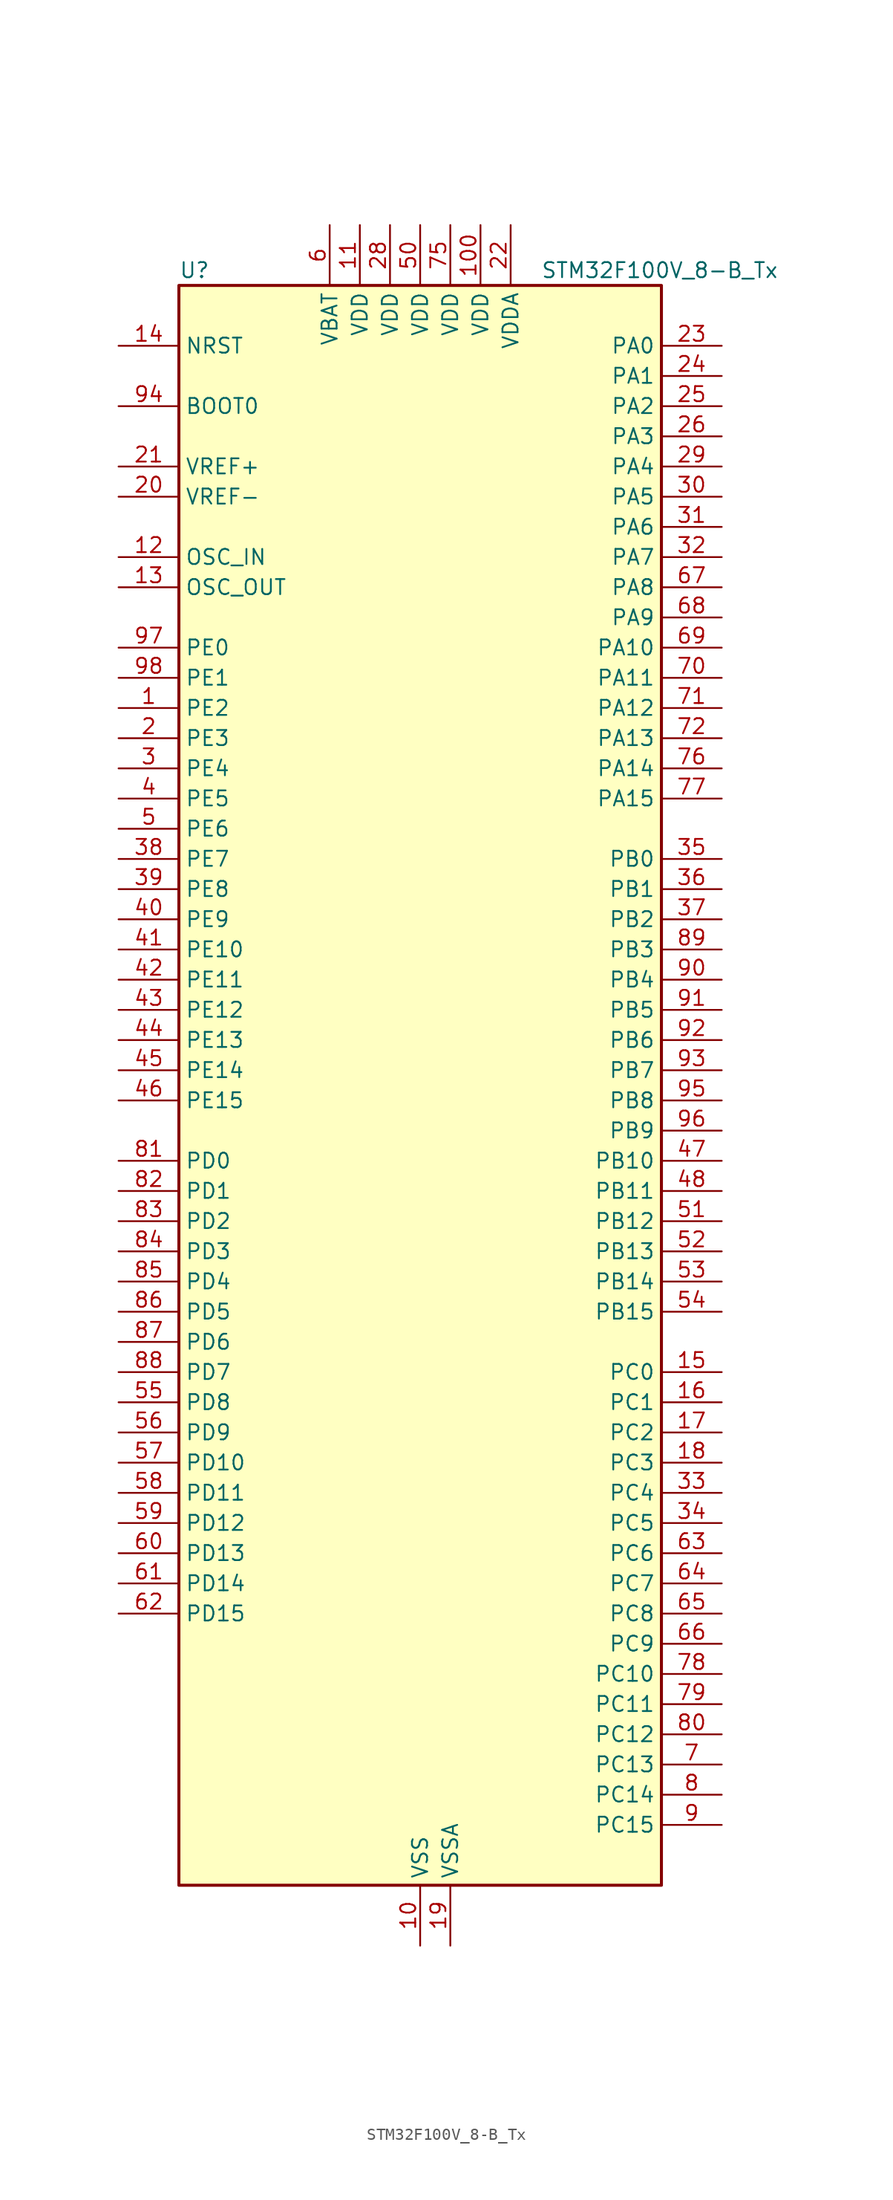
<source format=kicad_sym>
(kicad_symbol_lib
  (version 20241209)
  (generator "kicad_symbol_editor")
  (generator_version "9.0")
  (symbol "STM32F100V_8-B_Tx"
    (property "Reference" "U"
      (at -20.32 69.85 0)
      (effects (font (size 1.27 1.27)) (justify left)))
    (property "Value" "STM32F100V_8-B_Tx"
      (at 10.16 69.85 0)
      (effects (font (size 1.27 1.27)) (justify left)))
    (symbol "STM32F100V_8-B_Tx_0_1"
      (rectangle (start -20.32 -66.04) (end 20.32 68.58) (stroke (width 0.254) (type default)) (fill (type background))))
    (symbol "STM32F100V_8-B_Tx_1_1"
      (pin input line (at -25.4 63.5 0) (length 5.08) (name "NRST" (effects (font (size 1.27 1.27)))) (number "14" (effects (font (size 1.27 1.27)))))
      (pin input line (at -25.4 58.42 0) (length 5.08) (name "BOOT0" (effects (font (size 1.27 1.27)))) (number "94" (effects (font (size 1.27 1.27)))))
      (pin input line (at -25.4 53.34 0) (length 5.08) (name "VREF+" (effects (font (size 1.27 1.27)))) (number "21" (effects (font (size 1.27 1.27)))))
      (pin input line (at -25.4 50.8 0) (length 5.08) (name "VREF-" (effects (font (size 1.27 1.27)))) (number "20" (effects (font (size 1.27 1.27)))))
      (pin input line (at -25.4 45.72 0) (length 5.08) (name "OSC_IN" (effects (font (size 1.27 1.27)))) (number "12" (effects (font (size 1.27 1.27)))) (alternate "RCC_OSC_IN" bidirectional line))
      (pin input line (at -25.4 43.18 0) (length 5.08) (name "OSC_OUT" (effects (font (size 1.27 1.27)))) (number "13" (effects (font (size 1.27 1.27)))) (alternate "RCC_OSC_OUT" bidirectional line))
      (pin bidirectional line (at -25.4 38.1 0) (length 5.08) (name "PE0" (effects (font (size 1.27 1.27)))) (number "97" (effects (font (size 1.27 1.27)))) (alternate "TIM4_ETR" bidirectional line))
      (pin bidirectional line (at -25.4 35.56 0) (length 5.08) (name "PE1" (effects (font (size 1.27 1.27)))) (number "98" (effects (font (size 1.27 1.27)))))
      (pin bidirectional line (at -25.4 33.02 0) (length 5.08) (name "PE2" (effects (font (size 1.27 1.27)))) (number "1" (effects (font (size 1.27 1.27)))) (alternate "SYS_TRACECLK" bidirectional line))
      (pin bidirectional line (at -25.4 30.48 0) (length 5.08) (name "PE3" (effects (font (size 1.27 1.27)))) (number "2" (effects (font (size 1.27 1.27)))) (alternate "SYS_TRACED0" bidirectional line))
      (pin bidirectional line (at -25.4 27.94 0) (length 5.08) (name "PE4" (effects (font (size 1.27 1.27)))) (number "3" (effects (font (size 1.27 1.27)))) (alternate "SYS_TRACED1" bidirectional line))
      (pin bidirectional line (at -25.4 25.4 0) (length 5.08) (name "PE5" (effects (font (size 1.27 1.27)))) (number "4" (effects (font (size 1.27 1.27)))) (alternate "SYS_TRACED2" bidirectional line))
      (pin bidirectional line (at -25.4 22.86 0) (length 5.08) (name "PE6" (effects (font (size 1.27 1.27)))) (number "5" (effects (font (size 1.27 1.27)))) (alternate "SYS_TRACED3" bidirectional line))
      (pin bidirectional line (at -25.4 20.32 0) (length 5.08) (name "PE7" (effects (font (size 1.27 1.27)))) (number "38" (effects (font (size 1.27 1.27)))) (alternate "TIM1_ETR" bidirectional line))
      (pin bidirectional line (at -25.4 17.78 0) (length 5.08) (name "PE8" (effects (font (size 1.27 1.27)))) (number "39" (effects (font (size 1.27 1.27)))) (alternate "TIM1_CH1N" bidirectional line))
      (pin bidirectional line (at -25.4 15.24 0) (length 5.08) (name "PE9" (effects (font (size 1.27 1.27)))) (number "40" (effects (font (size 1.27 1.27)))) (alternate "DAC_EXTI9" bidirectional line) (alternate "TIM1_CH1" bidirectional line))
      (pin bidirectional line (at -25.4 12.7 0) (length 5.08) (name "PE10" (effects (font (size 1.27 1.27)))) (number "41" (effects (font (size 1.27 1.27)))) (alternate "TIM1_CH2N" bidirectional line))
      (pin bidirectional line (at -25.4 10.16 0) (length 5.08) (name "PE11" (effects (font (size 1.27 1.27)))) (number "42" (effects (font (size 1.27 1.27)))) (alternate "ADC1_EXTI11" bidirectional line) (alternate "TIM1_CH2" bidirectional line))
      (pin bidirectional line (at -25.4 7.62 0) (length 5.08) (name "PE12" (effects (font (size 1.27 1.27)))) (number "43" (effects (font (size 1.27 1.27)))) (alternate "TIM1_CH3N" bidirectional line))
      (pin bidirectional line (at -25.4 5.08 0) (length 5.08) (name "PE13" (effects (font (size 1.27 1.27)))) (number "44" (effects (font (size 1.27 1.27)))) (alternate "TIM1_CH3" bidirectional line))
      (pin bidirectional line (at -25.4 2.54 0) (length 5.08) (name "PE14" (effects (font (size 1.27 1.27)))) (number "45" (effects (font (size 1.27 1.27)))) (alternate "TIM1_CH4" bidirectional line))
      (pin bidirectional line (at -25.4 0 0) (length 5.08) (name "PE15" (effects (font (size 1.27 1.27)))) (number "46" (effects (font (size 1.27 1.27)))) (alternate "ADC1_EXTI15" bidirectional line) (alternate "TIM1_BKIN" bidirectional line))
      (pin bidirectional line (at -25.4 -5.08 0) (length 5.08) (name "PD0" (effects (font (size 1.27 1.27)))) (number "81" (effects (font (size 1.27 1.27)))))
      (pin bidirectional line (at -25.4 -7.62 0) (length 5.08) (name "PD1" (effects (font (size 1.27 1.27)))) (number "82" (effects (font (size 1.27 1.27)))))
      (pin bidirectional line (at -25.4 -10.16 0) (length 5.08) (name "PD2" (effects (font (size 1.27 1.27)))) (number "83" (effects (font (size 1.27 1.27)))) (alternate "TIM3_ETR" bidirectional line))
      (pin bidirectional line (at -25.4 -12.7 0) (length 5.08) (name "PD3" (effects (font (size 1.27 1.27)))) (number "84" (effects (font (size 1.27 1.27)))) (alternate "USART2_CTS" bidirectional line))
      (pin bidirectional line (at -25.4 -15.24 0) (length 5.08) (name "PD4" (effects (font (size 1.27 1.27)))) (number "85" (effects (font (size 1.27 1.27)))) (alternate "USART2_RTS" bidirectional line))
      (pin bidirectional line (at -25.4 -17.78 0) (length 5.08) (name "PD5" (effects (font (size 1.27 1.27)))) (number "86" (effects (font (size 1.27 1.27)))) (alternate "USART2_TX" bidirectional line))
      (pin bidirectional line (at -25.4 -20.32 0) (length 5.08) (name "PD6" (effects (font (size 1.27 1.27)))) (number "87" (effects (font (size 1.27 1.27)))) (alternate "USART2_RX" bidirectional line))
      (pin bidirectional line (at -25.4 -22.86 0) (length 5.08) (name "PD7" (effects (font (size 1.27 1.27)))) (number "88" (effects (font (size 1.27 1.27)))) (alternate "USART2_CK" bidirectional line))
      (pin bidirectional line (at -25.4 -25.4 0) (length 5.08) (name "PD8" (effects (font (size 1.27 1.27)))) (number "55" (effects (font (size 1.27 1.27)))) (alternate "USART3_TX" bidirectional line))
      (pin bidirectional line (at -25.4 -27.94 0) (length 5.08) (name "PD9" (effects (font (size 1.27 1.27)))) (number "56" (effects (font (size 1.27 1.27)))) (alternate "DAC_EXTI9" bidirectional line) (alternate "USART3_RX" bidirectional line))
      (pin bidirectional line (at -25.4 -30.48 0) (length 5.08) (name "PD10" (effects (font (size 1.27 1.27)))) (number "57" (effects (font (size 1.27 1.27)))) (alternate "USART3_CK" bidirectional line))
      (pin bidirectional line (at -25.4 -33.02 0) (length 5.08) (name "PD11" (effects (font (size 1.27 1.27)))) (number "58" (effects (font (size 1.27 1.27)))) (alternate "ADC1_EXTI11" bidirectional line) (alternate "USART3_CTS" bidirectional line))
      (pin bidirectional line (at -25.4 -35.56 0) (length 5.08) (name "PD12" (effects (font (size 1.27 1.27)))) (number "59" (effects (font (size 1.27 1.27)))) (alternate "TIM4_CH1" bidirectional line) (alternate "USART3_RTS" bidirectional line))
      (pin bidirectional line (at -25.4 -38.1 0) (length 5.08) (name "PD13" (effects (font (size 1.27 1.27)))) (number "60" (effects (font (size 1.27 1.27)))) (alternate "TIM4_CH2" bidirectional line))
      (pin bidirectional line (at -25.4 -40.64 0) (length 5.08) (name "PD14" (effects (font (size 1.27 1.27)))) (number "61" (effects (font (size 1.27 1.27)))) (alternate "TIM4_CH3" bidirectional line))
      (pin bidirectional line (at -25.4 -43.18 0) (length 5.08) (name "PD15" (effects (font (size 1.27 1.27)))) (number "62" (effects (font (size 1.27 1.27)))) (alternate "ADC1_EXTI15" bidirectional line) (alternate "TIM4_CH4" bidirectional line))
      (pin no_connect line (at -20.32 -66.04 0) (length 5.08) (hide yes) (name "NC" (effects (font (size 1.27 1.27)))) (number "73" (effects (font (size 1.27 1.27)))))
      (pin power_in line (at -7.62 73.66 270) (length 5.08) (name "VBAT" (effects (font (size 1.27 1.27)))) (number "6" (effects (font (size 1.27 1.27)))))
      (pin power_in line (at -5.08 73.66 270) (length 5.08) (name "VDD" (effects (font (size 1.27 1.27)))) (number "11" (effects (font (size 1.27 1.27)))))
      (pin power_in line (at -2.54 73.66 270) (length 5.08) (name "VDD" (effects (font (size 1.27 1.27)))) (number "28" (effects (font (size 1.27 1.27)))))
      (pin power_in line (at 0 73.66 270) (length 5.08) (name "VDD" (effects (font (size 1.27 1.27)))) (number "50" (effects (font (size 1.27 1.27)))))
      (pin power_in line (at 0 -71.12 90) (length 5.08) (name "VSS" (effects (font (size 1.27 1.27)))) (number "10" (effects (font (size 1.27 1.27)))))
      (pin passive line (at 0 -71.12 90) (length 5.08) (hide yes) (name "VSS" (effects (font (size 1.27 1.27)))) (number "27" (effects (font (size 1.27 1.27)))))
      (pin passive line (at 0 -71.12 90) (length 5.08) (hide yes) (name "VSS" (effects (font (size 1.27 1.27)))) (number "49" (effects (font (size 1.27 1.27)))))
      (pin passive line (at 0 -71.12 90) (length 5.08) (hide yes) (name "VSS" (effects (font (size 1.27 1.27)))) (number "74" (effects (font (size 1.27 1.27)))))
      (pin passive line (at 0 -71.12 90) (length 5.08) (hide yes) (name "VSS" (effects (font (size 1.27 1.27)))) (number "99" (effects (font (size 1.27 1.27)))))
      (pin power_in line (at 2.54 73.66 270) (length 5.08) (name "VDD" (effects (font (size 1.27 1.27)))) (number "75" (effects (font (size 1.27 1.27)))))
      (pin power_in line (at 2.54 -71.12 90) (length 5.08) (name "VSSA" (effects (font (size 1.27 1.27)))) (number "19" (effects (font (size 1.27 1.27)))))
      (pin power_in line (at 5.08 73.66 270) (length 5.08) (name "VDD" (effects (font (size 1.27 1.27)))) (number "100" (effects (font (size 1.27 1.27)))))
      (pin power_in line (at 7.62 73.66 270) (length 5.08) (name "VDDA" (effects (font (size 1.27 1.27)))) (number "22" (effects (font (size 1.27 1.27)))))
      (pin bidirectional line (at 25.4 63.5 180) (length 5.08) (name "PA0" (effects (font (size 1.27 1.27)))) (number "23" (effects (font (size 1.27 1.27)))) (alternate "ADC1_IN0" bidirectional line) (alternate "SYS_WKUP" bidirectional line) (alternate "TIM2_CH1" bidirectional line) (alternate "TIM2_ETR" bidirectional line) (alternate "USART2_CTS" bidirectional line))
      (pin bidirectional line (at 25.4 60.96 180) (length 5.08) (name "PA1" (effects (font (size 1.27 1.27)))) (number "24" (effects (font (size 1.27 1.27)))) (alternate "ADC1_IN1" bidirectional line) (alternate "TIM2_CH2" bidirectional line) (alternate "USART2_RTS" bidirectional line))
      (pin bidirectional line (at 25.4 58.42 180) (length 5.08) (name "PA2" (effects (font (size 1.27 1.27)))) (number "25" (effects (font (size 1.27 1.27)))) (alternate "ADC1_IN2" bidirectional line) (alternate "TIM15_CH1" bidirectional line) (alternate "TIM2_CH3" bidirectional line) (alternate "USART2_TX" bidirectional line))
      (pin bidirectional line (at 25.4 55.88 180) (length 5.08) (name "PA3" (effects (font (size 1.27 1.27)))) (number "26" (effects (font (size 1.27 1.27)))) (alternate "ADC1_IN3" bidirectional line) (alternate "TIM15_CH2" bidirectional line) (alternate "TIM2_CH4" bidirectional line) (alternate "USART2_RX" bidirectional line))
      (pin bidirectional line (at 25.4 53.34 180) (length 5.08) (name "PA4" (effects (font (size 1.27 1.27)))) (number "29" (effects (font (size 1.27 1.27)))) (alternate "ADC1_IN4" bidirectional line) (alternate "DAC_OUT1" bidirectional line) (alternate "SPI1_NSS" bidirectional line) (alternate "USART2_CK" bidirectional line))
      (pin bidirectional line (at 25.4 50.8 180) (length 5.08) (name "PA5" (effects (font (size 1.27 1.27)))) (number "30" (effects (font (size 1.27 1.27)))) (alternate "ADC1_IN5" bidirectional line) (alternate "DAC_OUT2" bidirectional line) (alternate "SPI1_SCK" bidirectional line))
      (pin bidirectional line (at 25.4 48.26 180) (length 5.08) (name "PA6" (effects (font (size 1.27 1.27)))) (number "31" (effects (font (size 1.27 1.27)))) (alternate "ADC1_IN6" bidirectional line) (alternate "SPI1_MISO" bidirectional line) (alternate "TIM16_CH1" bidirectional line) (alternate "TIM1_BKIN" bidirectional line) (alternate "TIM3_CH1" bidirectional line))
      (pin bidirectional line (at 25.4 45.72 180) (length 5.08) (name "PA7" (effects (font (size 1.27 1.27)))) (number "32" (effects (font (size 1.27 1.27)))) (alternate "ADC1_IN7" bidirectional line) (alternate "SPI1_MOSI" bidirectional line) (alternate "TIM17_CH1" bidirectional line) (alternate "TIM1_CH1N" bidirectional line) (alternate "TIM3_CH2" bidirectional line))
      (pin bidirectional line (at 25.4 43.18 180) (length 5.08) (name "PA8" (effects (font (size 1.27 1.27)))) (number "67" (effects (font (size 1.27 1.27)))) (alternate "RCC_MCO" bidirectional line) (alternate "TIM1_CH1" bidirectional line) (alternate "USART1_CK" bidirectional line))
      (pin bidirectional line (at 25.4 40.64 180) (length 5.08) (name "PA9" (effects (font (size 1.27 1.27)))) (number "68" (effects (font (size 1.27 1.27)))) (alternate "DAC_EXTI9" bidirectional line) (alternate "TIM15_BKIN" bidirectional line) (alternate "TIM1_CH2" bidirectional line) (alternate "USART1_TX" bidirectional line))
      (pin bidirectional line (at 25.4 38.1 180) (length 5.08) (name "PA10" (effects (font (size 1.27 1.27)))) (number "69" (effects (font (size 1.27 1.27)))) (alternate "TIM17_BKIN" bidirectional line) (alternate "TIM1_CH3" bidirectional line) (alternate "USART1_RX" bidirectional line))
      (pin bidirectional line (at 25.4 35.56 180) (length 5.08) (name "PA11" (effects (font (size 1.27 1.27)))) (number "70" (effects (font (size 1.27 1.27)))) (alternate "ADC1_EXTI11" bidirectional line) (alternate "TIM1_CH4" bidirectional line) (alternate "USART1_CTS" bidirectional line))
      (pin bidirectional line (at 25.4 33.02 180) (length 5.08) (name "PA12" (effects (font (size 1.27 1.27)))) (number "71" (effects (font (size 1.27 1.27)))) (alternate "TIM1_ETR" bidirectional line) (alternate "USART1_RTS" bidirectional line))
      (pin bidirectional line (at 25.4 30.48 180) (length 5.08) (name "PA13" (effects (font (size 1.27 1.27)))) (number "72" (effects (font (size 1.27 1.27)))) (alternate "SYS_JTMS-SWDIO" bidirectional line))
      (pin bidirectional line (at 25.4 27.94 180) (length 5.08) (name "PA14" (effects (font (size 1.27 1.27)))) (number "76" (effects (font (size 1.27 1.27)))) (alternate "SYS_JTCK-SWCLK" bidirectional line))
      (pin bidirectional line (at 25.4 25.4 180) (length 5.08) (name "PA15" (effects (font (size 1.27 1.27)))) (number "77" (effects (font (size 1.27 1.27)))) (alternate "ADC1_EXTI15" bidirectional line) (alternate "SPI1_NSS" bidirectional line) (alternate "SYS_JTDI" bidirectional line) (alternate "TIM2_CH1" bidirectional line) (alternate "TIM2_ETR" bidirectional line))
      (pin bidirectional line (at 25.4 20.32 180) (length 5.08) (name "PB0" (effects (font (size 1.27 1.27)))) (number "35" (effects (font (size 1.27 1.27)))) (alternate "ADC1_IN8" bidirectional line) (alternate "TIM1_CH2N" bidirectional line) (alternate "TIM3_CH3" bidirectional line))
      (pin bidirectional line (at 25.4 17.78 180) (length 5.08) (name "PB1" (effects (font (size 1.27 1.27)))) (number "36" (effects (font (size 1.27 1.27)))) (alternate "ADC1_IN9" bidirectional line) (alternate "TIM1_CH3N" bidirectional line) (alternate "TIM3_CH4" bidirectional line))
      (pin bidirectional line (at 25.4 15.24 180) (length 5.08) (name "PB2" (effects (font (size 1.27 1.27)))) (number "37" (effects (font (size 1.27 1.27)))))
      (pin bidirectional line (at 25.4 12.7 180) (length 5.08) (name "PB3" (effects (font (size 1.27 1.27)))) (number "89" (effects (font (size 1.27 1.27)))) (alternate "SPI1_SCK" bidirectional line) (alternate "SYS_JTDO-TRACESWO" bidirectional line) (alternate "TIM2_CH2" bidirectional line))
      (pin bidirectional line (at 25.4 10.16 180) (length 5.08) (name "PB4" (effects (font (size 1.27 1.27)))) (number "90" (effects (font (size 1.27 1.27)))) (alternate "SPI1_MISO" bidirectional line) (alternate "SYS_NJTRST" bidirectional line) (alternate "TIM3_CH1" bidirectional line))
      (pin bidirectional line (at 25.4 7.62 180) (length 5.08) (name "PB5" (effects (font (size 1.27 1.27)))) (number "91" (effects (font (size 1.27 1.27)))) (alternate "I2C1_SMBA" bidirectional line) (alternate "SPI1_MOSI" bidirectional line) (alternate "TIM16_BKIN" bidirectional line) (alternate "TIM3_CH2" bidirectional line))
      (pin bidirectional line (at 25.4 5.08 180) (length 5.08) (name "PB6" (effects (font (size 1.27 1.27)))) (number "92" (effects (font (size 1.27 1.27)))) (alternate "I2C1_SCL" bidirectional line) (alternate "TIM16_CH1N" bidirectional line) (alternate "TIM4_CH1" bidirectional line) (alternate "USART1_TX" bidirectional line))
      (pin bidirectional line (at 25.4 2.54 180) (length 5.08) (name "PB7" (effects (font (size 1.27 1.27)))) (number "93" (effects (font (size 1.27 1.27)))) (alternate "I2C1_SDA" bidirectional line) (alternate "TIM17_CH1N" bidirectional line) (alternate "TIM4_CH2" bidirectional line) (alternate "USART1_RX" bidirectional line))
      (pin bidirectional line (at 25.4 0 180) (length 5.08) (name "PB8" (effects (font (size 1.27 1.27)))) (number "95" (effects (font (size 1.27 1.27)))) (alternate "CEC" bidirectional line) (alternate "I2C1_SCL" bidirectional line) (alternate "TIM16_CH1" bidirectional line) (alternate "TIM4_CH3" bidirectional line))
      (pin bidirectional line (at 25.4 -2.54 180) (length 5.08) (name "PB9" (effects (font (size 1.27 1.27)))) (number "96" (effects (font (size 1.27 1.27)))) (alternate "DAC_EXTI9" bidirectional line) (alternate "I2C1_SDA" bidirectional line) (alternate "TIM17_CH1" bidirectional line) (alternate "TIM4_CH4" bidirectional line))
      (pin bidirectional line (at 25.4 -5.08 180) (length 5.08) (name "PB10" (effects (font (size 1.27 1.27)))) (number "47" (effects (font (size 1.27 1.27)))) (alternate "CEC" bidirectional line) (alternate "I2C2_SCL" bidirectional line) (alternate "TIM2_CH3" bidirectional line) (alternate "USART3_TX" bidirectional line))
      (pin bidirectional line (at 25.4 -7.62 180) (length 5.08) (name "PB11" (effects (font (size 1.27 1.27)))) (number "48" (effects (font (size 1.27 1.27)))) (alternate "ADC1_EXTI11" bidirectional line) (alternate "I2C2_SDA" bidirectional line) (alternate "TIM2_CH4" bidirectional line) (alternate "USART3_RX" bidirectional line))
      (pin bidirectional line (at 25.4 -10.16 180) (length 5.08) (name "PB12" (effects (font (size 1.27 1.27)))) (number "51" (effects (font (size 1.27 1.27)))) (alternate "I2C2_SMBA" bidirectional line) (alternate "SPI2_NSS" bidirectional line) (alternate "TIM1_BKIN" bidirectional line) (alternate "USART3_CK" bidirectional line))
      (pin bidirectional line (at 25.4 -12.7 180) (length 5.08) (name "PB13" (effects (font (size 1.27 1.27)))) (number "52" (effects (font (size 1.27 1.27)))) (alternate "SPI2_SCK" bidirectional line) (alternate "TIM1_CH1N" bidirectional line) (alternate "USART3_CTS" bidirectional line))
      (pin bidirectional line (at 25.4 -15.24 180) (length 5.08) (name "PB14" (effects (font (size 1.27 1.27)))) (number "53" (effects (font (size 1.27 1.27)))) (alternate "SPI2_MISO" bidirectional line) (alternate "TIM15_CH1" bidirectional line) (alternate "TIM1_CH2N" bidirectional line) (alternate "USART3_RTS" bidirectional line))
      (pin bidirectional line (at 25.4 -17.78 180) (length 5.08) (name "PB15" (effects (font (size 1.27 1.27)))) (number "54" (effects (font (size 1.27 1.27)))) (alternate "ADC1_EXTI15" bidirectional line) (alternate "SPI2_MOSI" bidirectional line) (alternate "TIM15_CH1N" bidirectional line) (alternate "TIM15_CH2" bidirectional line) (alternate "TIM1_CH3N" bidirectional line))
      (pin bidirectional line (at 25.4 -22.86 180) (length 5.08) (name "PC0" (effects (font (size 1.27 1.27)))) (number "15" (effects (font (size 1.27 1.27)))) (alternate "ADC1_IN10" bidirectional line))
      (pin bidirectional line (at 25.4 -25.4 180) (length 5.08) (name "PC1" (effects (font (size 1.27 1.27)))) (number "16" (effects (font (size 1.27 1.27)))) (alternate "ADC1_IN11" bidirectional line))
      (pin bidirectional line (at 25.4 -27.94 180) (length 5.08) (name "PC2" (effects (font (size 1.27 1.27)))) (number "17" (effects (font (size 1.27 1.27)))) (alternate "ADC1_IN12" bidirectional line))
      (pin bidirectional line (at 25.4 -30.48 180) (length 5.08) (name "PC3" (effects (font (size 1.27 1.27)))) (number "18" (effects (font (size 1.27 1.27)))) (alternate "ADC1_IN13" bidirectional line))
      (pin bidirectional line (at 25.4 -33.02 180) (length 5.08) (name "PC4" (effects (font (size 1.27 1.27)))) (number "33" (effects (font (size 1.27 1.27)))) (alternate "ADC1_IN14" bidirectional line))
      (pin bidirectional line (at 25.4 -35.56 180) (length 5.08) (name "PC5" (effects (font (size 1.27 1.27)))) (number "34" (effects (font (size 1.27 1.27)))) (alternate "ADC1_IN15" bidirectional line))
      (pin bidirectional line (at 25.4 -38.1 180) (length 5.08) (name "PC6" (effects (font (size 1.27 1.27)))) (number "63" (effects (font (size 1.27 1.27)))) (alternate "TIM3_CH1" bidirectional line))
      (pin bidirectional line (at 25.4 -40.64 180) (length 5.08) (name "PC7" (effects (font (size 1.27 1.27)))) (number "64" (effects (font (size 1.27 1.27)))) (alternate "TIM3_CH2" bidirectional line))
      (pin bidirectional line (at 25.4 -43.18 180) (length 5.08) (name "PC8" (effects (font (size 1.27 1.27)))) (number "65" (effects (font (size 1.27 1.27)))) (alternate "TIM3_CH3" bidirectional line))
      (pin bidirectional line (at 25.4 -45.72 180) (length 5.08) (name "PC9" (effects (font (size 1.27 1.27)))) (number "66" (effects (font (size 1.27 1.27)))) (alternate "DAC_EXTI9" bidirectional line) (alternate "TIM3_CH4" bidirectional line))
      (pin bidirectional line (at 25.4 -48.26 180) (length 5.08) (name "PC10" (effects (font (size 1.27 1.27)))) (number "78" (effects (font (size 1.27 1.27)))) (alternate "USART3_TX" bidirectional line))
      (pin bidirectional line (at 25.4 -50.8 180) (length 5.08) (name "PC11" (effects (font (size 1.27 1.27)))) (number "79" (effects (font (size 1.27 1.27)))) (alternate "ADC1_EXTI11" bidirectional line) (alternate "USART3_RX" bidirectional line))
      (pin bidirectional line (at 25.4 -53.34 180) (length 5.08) (name "PC12" (effects (font (size 1.27 1.27)))) (number "80" (effects (font (size 1.27 1.27)))) (alternate "USART3_CK" bidirectional line))
      (pin bidirectional line (at 25.4 -55.88 180) (length 5.08) (name "PC13" (effects (font (size 1.27 1.27)))) (number "7" (effects (font (size 1.27 1.27)))) (alternate "RTC_OUT" bidirectional line) (alternate "RTC_TAMPER" bidirectional line))
      (pin bidirectional line (at 25.4 -58.42 180) (length 5.08) (name "PC14" (effects (font (size 1.27 1.27)))) (number "8" (effects (font (size 1.27 1.27)))) (alternate "RCC_OSC32_IN" bidirectional line))
      (pin bidirectional line (at 25.4 -60.96 180) (length 5.08) (name "PC15" (effects (font (size 1.27 1.27)))) (number "9" (effects (font (size 1.27 1.27)))) (alternate "ADC1_EXTI15" bidirectional line) (alternate "RCC_OSC32_OUT" bidirectional line)))))
</source>
